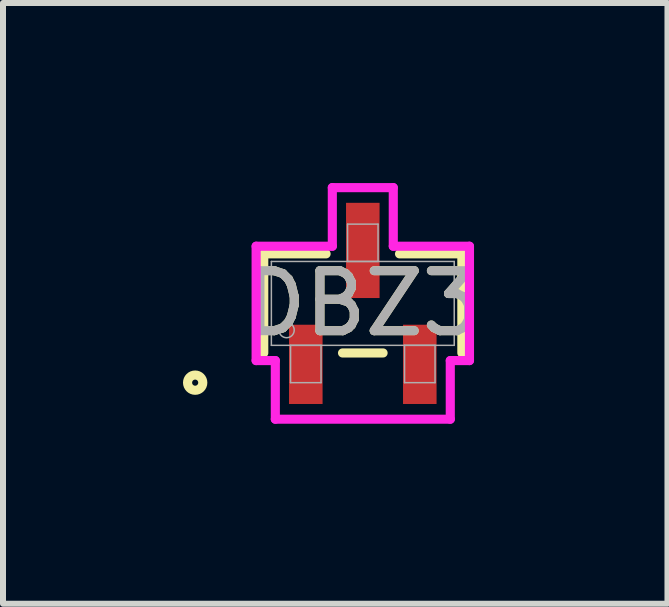
<source format=kicad_pcb>
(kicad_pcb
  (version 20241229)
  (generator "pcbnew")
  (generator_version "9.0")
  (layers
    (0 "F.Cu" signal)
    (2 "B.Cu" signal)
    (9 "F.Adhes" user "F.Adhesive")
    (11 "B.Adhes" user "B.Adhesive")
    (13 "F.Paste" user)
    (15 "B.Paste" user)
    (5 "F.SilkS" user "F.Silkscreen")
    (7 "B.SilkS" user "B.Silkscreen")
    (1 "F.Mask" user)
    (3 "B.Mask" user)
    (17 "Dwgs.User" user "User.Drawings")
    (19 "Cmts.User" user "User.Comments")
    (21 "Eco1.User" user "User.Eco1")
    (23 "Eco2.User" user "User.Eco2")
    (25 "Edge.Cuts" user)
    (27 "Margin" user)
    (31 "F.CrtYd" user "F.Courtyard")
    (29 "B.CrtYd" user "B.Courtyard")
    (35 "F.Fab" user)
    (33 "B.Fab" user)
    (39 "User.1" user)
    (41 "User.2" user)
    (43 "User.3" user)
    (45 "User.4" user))
  (footprint "DBZ3"
    (layer "F.Cu")
    (at 2.997 2.007)
    (property "Reference" "DBZ3" (at 0 0 0) (unlocked yes) (layer "F.SilkS") (effects (font (size 1 1) (thickness 0.15))))
    (attr smd)
    (fp_line (start -1.651 -0.826) (end -1.651 0.826) (stroke (width 0.152) (type solid)) (layer "F.SilkS"))
    (fp_line (start -0.612 -0.826) (end -1.651 -0.826) (stroke (width 0.152) (type solid)) (layer "F.SilkS"))
    (fp_line (start -0.338 0.826) (end 0.338 0.826) (stroke (width 0.152) (type solid)) (layer "F.SilkS"))
    (fp_line (start 1.651 -0.826) (end 0.612 -0.826) (stroke (width 0.152) (type solid)) (layer "F.SilkS"))
    (fp_line (start 1.651 0.826) (end 1.651 -0.826) (stroke (width 0.152) (type solid)) (layer "F.SilkS"))
    (fp_circle (center -2.794 1.321) (end -2.667 1.321) (stroke (width 0.152) (type solid)) (fill no) (layer "F.SilkS"))
    (fp_line (start -1.778 -0.953) (end -0.508 -0.953) (stroke (width 0.152) (type solid)) (layer "F.CrtYd"))
    (fp_line (start -1.778 0.953) (end -1.778 -0.953) (stroke (width 0.152) (type solid)) (layer "F.CrtYd"))
    (fp_line (start -1.778 0.953) (end -1.458 0.953) (stroke (width 0.152) (type solid)) (layer "F.CrtYd"))
    (fp_line (start -1.458 0.953) (end -1.458 1.93) (stroke (width 0.152) (type solid)) (layer "F.CrtYd"))
    (fp_line (start -1.458 1.93) (end 1.458 1.93) (stroke (width 0.152) (type solid)) (layer "F.CrtYd"))
    (fp_line (start -0.508 -1.93) (end 0.508 -1.93) (stroke (width 0.152) (type solid)) (layer "F.CrtYd"))
    (fp_line (start -0.508 -0.953) (end -0.508 -1.93) (stroke (width 0.152) (type solid)) (layer "F.CrtYd"))
    (fp_line (start 0.508 -0.953) (end 0.508 -1.93) (stroke (width 0.152) (type solid)) (layer "F.CrtYd"))
    (fp_line (start 1.458 0.953) (end 1.458 1.93) (stroke (width 0.152) (type solid)) (layer "F.CrtYd"))
    (fp_line (start 1.778 -0.953) (end 0.508 -0.953) (stroke (width 0.152) (type solid)) (layer "F.CrtYd"))
    (fp_line (start 1.778 -0.953) (end 1.778 0.953) (stroke (width 0.152) (type solid)) (layer "F.CrtYd"))
    (fp_line (start 1.778 0.953) (end 1.458 0.953) (stroke (width 0.152) (type solid)) (layer "F.CrtYd"))
    (fp_line (start -1.524 -0.699) (end -1.524 0.699) (stroke (width 0.025) (type solid)) (layer "F.Fab"))
    (fp_line (start -1.524 0.699) (end 1.524 0.699) (stroke (width 0.025) (type solid)) (layer "F.Fab"))
    (fp_line (start -1.204 0.699) (end -1.204 1.321) (stroke (width 0.025) (type solid)) (layer "F.Fab"))
    (fp_line (start -1.204 1.321) (end -0.696 1.321) (stroke (width 0.025) (type solid)) (layer "F.Fab"))
    (fp_line (start -0.696 0.699) (end -1.204 0.699) (stroke (width 0.025) (type solid)) (layer "F.Fab"))
    (fp_line (start -0.696 1.321) (end -0.696 0.699) (stroke (width 0.025) (type solid)) (layer "F.Fab"))
    (fp_line (start -0.254 -1.321) (end -0.254 -0.699) (stroke (width 0.025) (type solid)) (layer "F.Fab"))
    (fp_line (start -0.254 -0.699) (end 0.254 -0.699) (stroke (width 0.025) (type solid)) (layer "F.Fab"))
    (fp_line (start 0.254 -1.321) (end -0.254 -1.321) (stroke (width 0.025) (type solid)) (layer "F.Fab"))
    (fp_line (start 0.254 -0.699) (end 0.254 -1.321) (stroke (width 0.025) (type solid)) (layer "F.Fab"))
    (fp_line (start 0.696 0.699) (end 0.696 1.321) (stroke (width 0.025) (type solid)) (layer "F.Fab"))
    (fp_line (start 0.696 1.321) (end 1.204 1.321) (stroke (width 0.025) (type solid)) (layer "F.Fab"))
    (fp_line (start 1.204 0.699) (end 0.696 0.699) (stroke (width 0.025) (type solid)) (layer "F.Fab"))
    (fp_line (start 1.204 1.321) (end 1.204 0.699) (stroke (width 0.025) (type solid)) (layer "F.Fab"))
    (fp_line (start 1.524 -0.699) (end -1.524 -0.699) (stroke (width 0.025) (type solid)) (layer "F.Fab"))
    (fp_line (start 1.524 0.699) (end 1.524 -0.699) (stroke (width 0.025) (type solid)) (layer "F.Fab"))
    (fp_circle (center -1.27 0.445) (end -1.143 0.445) (stroke (width 0.025) (type solid)) (fill no) (layer "F.Fab"))
    (fp_text user "${REFERENCE}" (at 0 0 0) (unlocked yes) (layer "F.Fab") (effects (font (size 1 1) (thickness 0.15))))
    (pad "1" smd rect (at -0.95 1.016) (size 0.559 1.321) (layers "F.Cu" "F.Mask" "F.Paste"))
    (pad "2" smd rect (at 0.95 1.016) (size 0.559 1.321) (layers "F.Cu" "F.Mask" "F.Paste"))
    (pad "3" smd rect (at 0 -0.883) (size 0.559 1.587) (layers "F.Cu" "F.Mask" "F.Paste")))
  (gr_rect
    (start -3 -3)
    (end 8.075 7.013)
    (stroke (width 0.1) (type default))
    (fill no)
    (layer "Edge.Cuts")))
</source>
